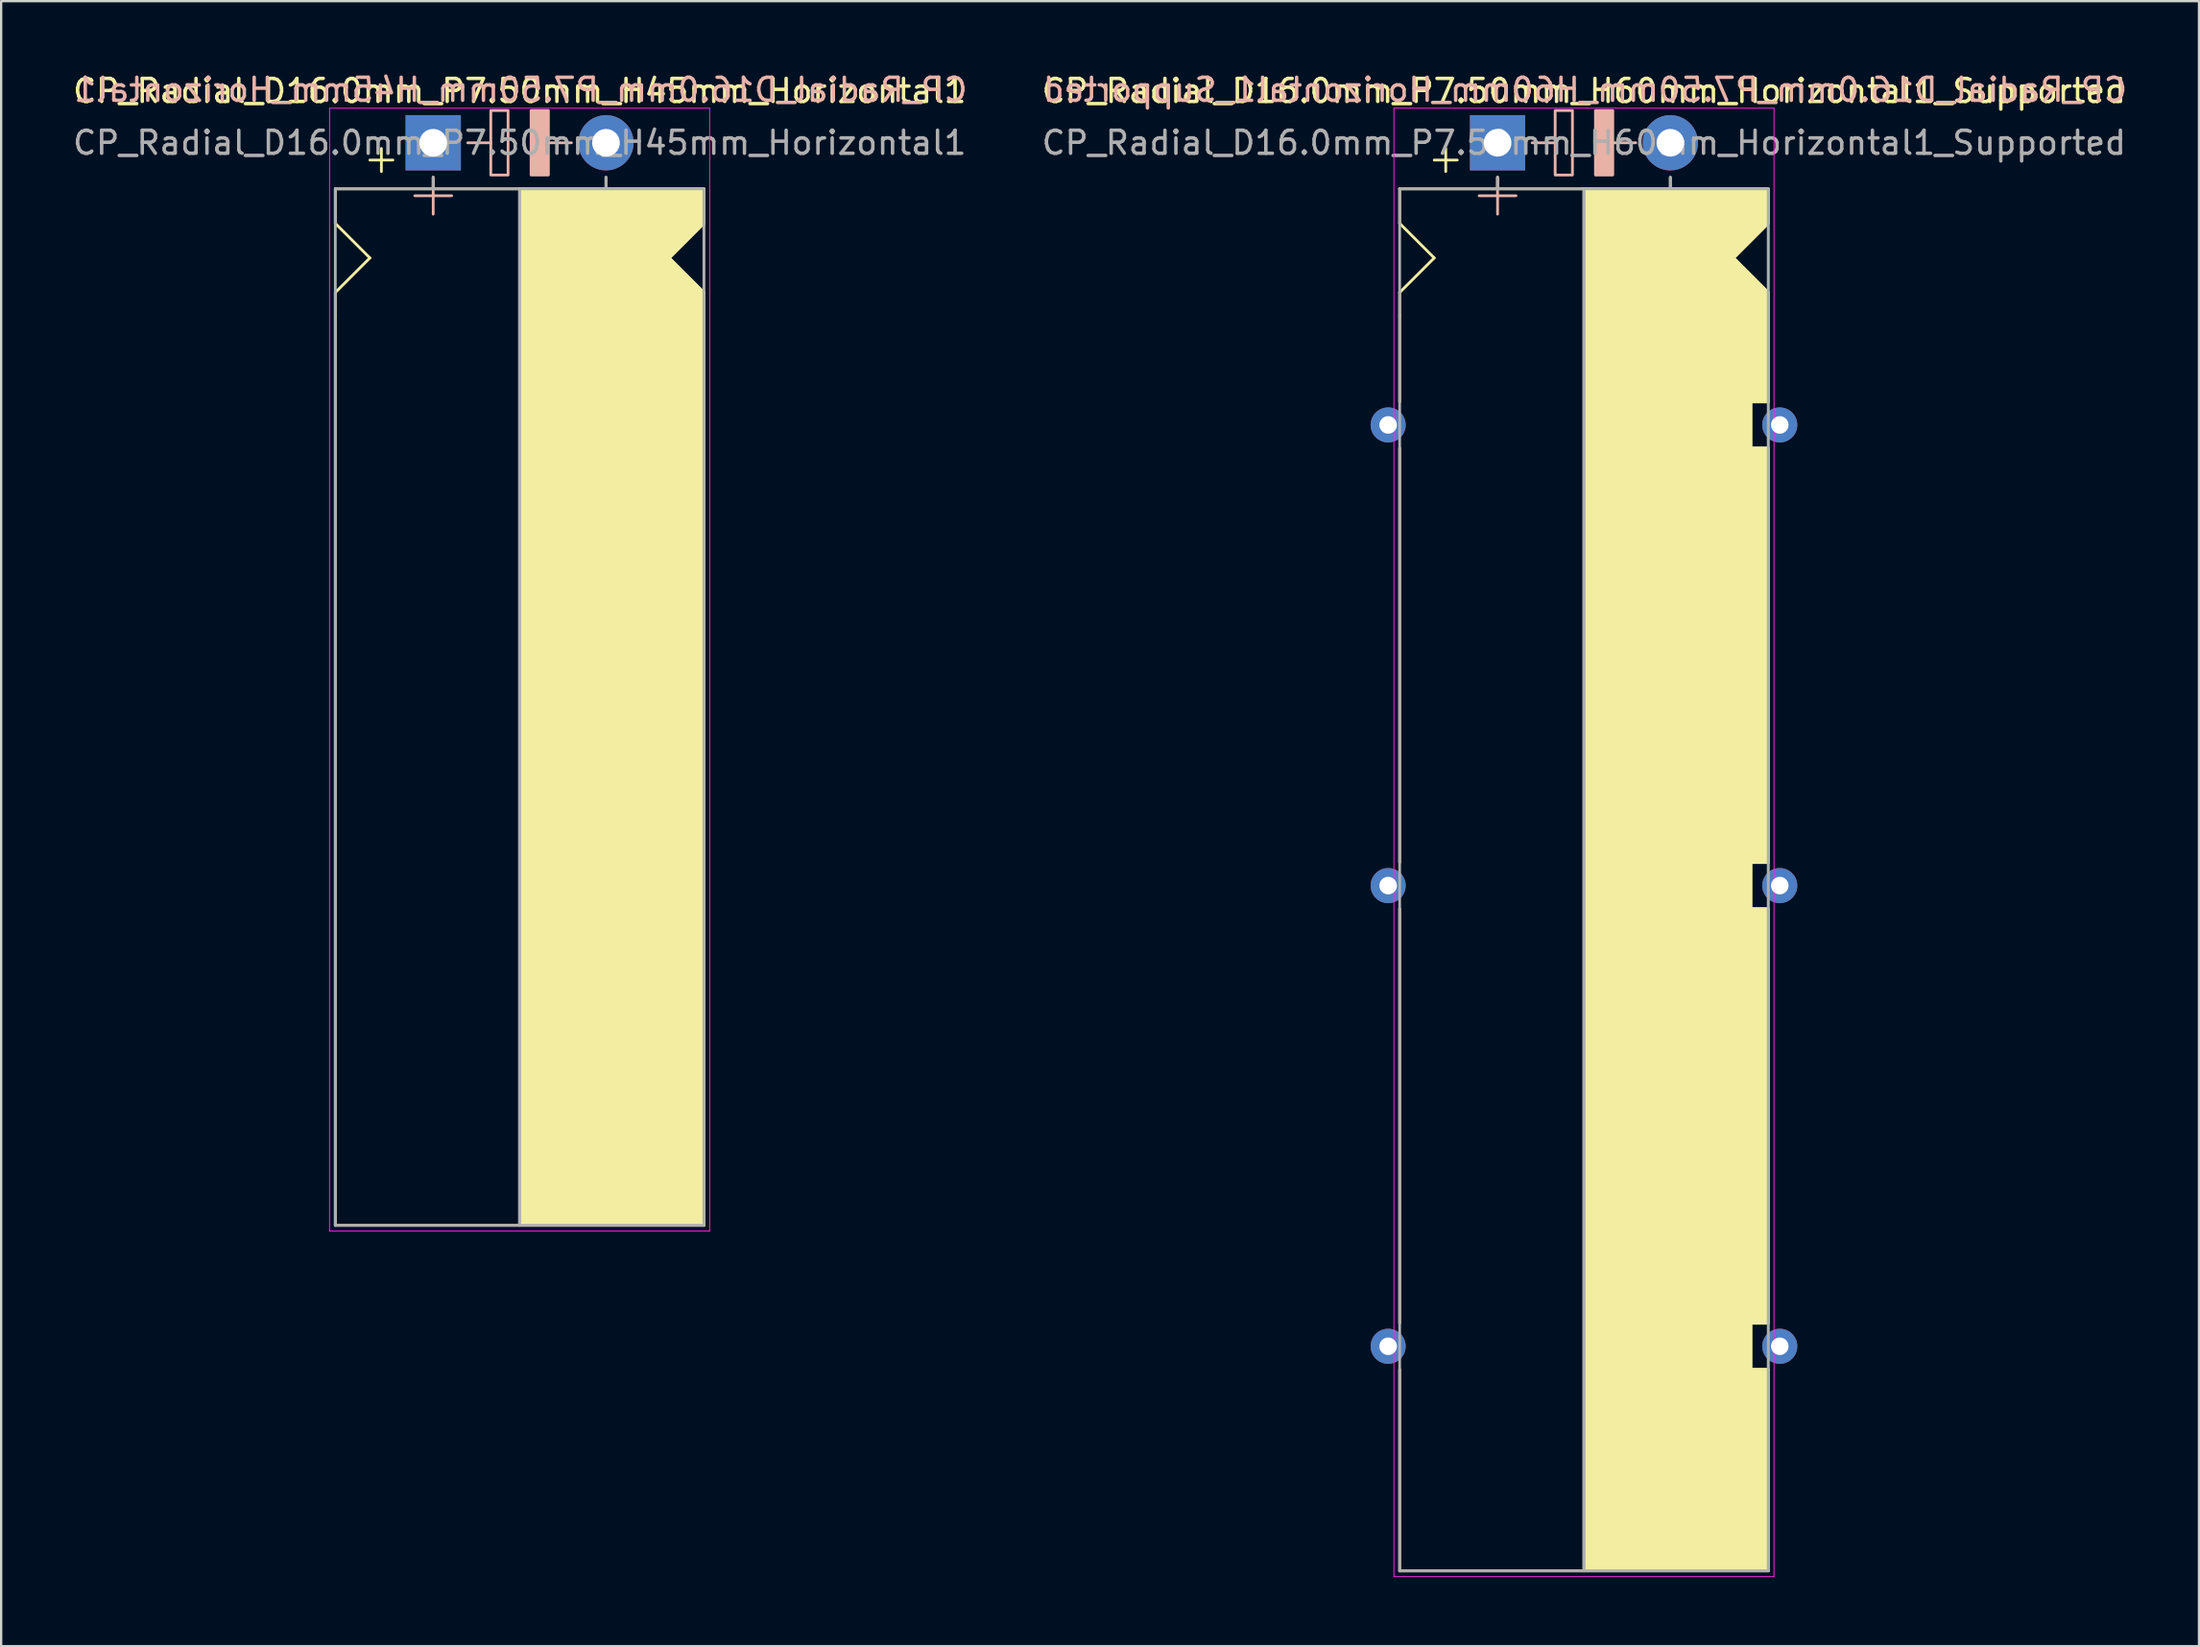
<source format=kicad_pcb>
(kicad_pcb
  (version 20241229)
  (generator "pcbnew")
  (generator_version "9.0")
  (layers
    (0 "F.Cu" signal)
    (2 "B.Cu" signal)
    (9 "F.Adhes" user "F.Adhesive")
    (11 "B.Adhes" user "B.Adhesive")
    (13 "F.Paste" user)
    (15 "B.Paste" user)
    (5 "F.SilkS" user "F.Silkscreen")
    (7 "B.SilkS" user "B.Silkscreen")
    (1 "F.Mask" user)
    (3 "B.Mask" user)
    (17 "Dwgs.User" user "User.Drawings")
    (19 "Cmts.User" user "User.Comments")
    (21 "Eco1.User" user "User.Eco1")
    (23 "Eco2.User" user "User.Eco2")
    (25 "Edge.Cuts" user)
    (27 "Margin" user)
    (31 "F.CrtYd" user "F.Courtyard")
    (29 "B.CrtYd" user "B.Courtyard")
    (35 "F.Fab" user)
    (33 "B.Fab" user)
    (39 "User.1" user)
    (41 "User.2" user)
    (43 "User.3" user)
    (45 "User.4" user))
  (footprint "CP_Radial_D16.0mm_P7.50mm_H60mm_Horizontal1_Supported"
    (layer "F.Cu")
    (at 61.961 3.148)
    (property "Reference" "CP_Radial_D16.0mm_P7.50mm_H60mm_Horizontal1_Supported" (at 3.75 -2.25 0) (layer "F.SilkS") (effects (font (size 1 1) (thickness 0.15))))
    (fp_line (start -4.25 2) (end -4.25 3.5) (stroke (width 0.12) (type solid)) (layer "F.SilkS"))
    (fp_line (start -4.25 3.5) (end -2.75 5) (stroke (width 0.12) (type solid)) (layer "F.SilkS"))
    (fp_line (start -4.25 6.5) (end -4.25 7.5) (stroke (width 0.12) (type solid)) (layer "F.SilkS"))
    (fp_line (start -4.25 7.5) (end -4.25 11.25) (stroke (width 0.12) (type solid)) (layer "F.SilkS"))
    (fp_line (start -4.25 31.25) (end -4.25 13.25) (stroke (width 0.12) (type solid)) (layer "F.SilkS"))
    (fp_line (start -4.25 33.25) (end -4.25 51.25) (stroke (width 0.12) (type solid)) (layer "F.SilkS"))
    (fp_line (start -4.25 53.25) (end -4.25 62) (stroke (width 0.12) (type solid)) (layer "F.SilkS"))
    (fp_line (start -2.75 5) (end -4.25 6.5) (stroke (width 0.12) (type solid)) (layer "F.SilkS"))
    (fp_line (start -2.25 0.25) (end -2.25 1.25) (stroke (width 0.12) (type solid)) (layer "F.SilkS"))
    (fp_line (start -1.75 0.75) (end -2.75 0.75) (stroke (width 0.12) (type solid)) (layer "F.SilkS"))
    (fp_line (start 0 1.5) (end 0 2) (stroke (width 0.12) (type solid)) (layer "F.SilkS"))
    (fp_line (start 3.75 2) (end -4.25 2) (stroke (width 0.12) (type solid)) (layer "F.SilkS"))
    (fp_line (start 3.75 2) (end 3.75 62) (stroke (width 0.12) (type solid)) (layer "F.SilkS"))
    (fp_line (start 3.75 2) (end 11.75 2) (stroke (width 0.12) (type solid)) (layer "F.SilkS"))
    (fp_line (start 7.5 1.5) (end 7.5 2) (stroke (width 0.12) (type solid)) (layer "F.SilkS"))
    (fp_line (start 10.25 5) (end 11.75 6.5) (stroke (width 0.12) (type solid)) (layer "F.SilkS"))
    (fp_line (start 11 11.25) (end 11.75 11.25) (stroke (width 0.12) (type solid)) (layer "F.SilkS"))
    (fp_line (start 11 13.25) (end 11 11.25) (stroke (width 0.12) (type solid)) (layer "F.SilkS"))
    (fp_line (start 11 31.25) (end 11.75 31.25) (stroke (width 0.12) (type solid)) (layer "F.SilkS"))
    (fp_line (start 11 33.25) (end 11 31.25) (stroke (width 0.12) (type solid)) (layer "F.SilkS"))
    (fp_line (start 11 51.25) (end 11.75 51.25) (stroke (width 0.12) (type solid)) (layer "F.SilkS"))
    (fp_line (start 11 53.25) (end 11 51.25) (stroke (width 0.12) (type solid)) (layer "F.SilkS"))
    (fp_line (start 11.75 2) (end 11.75 3.5) (stroke (width 0.12) (type solid)) (layer "F.SilkS"))
    (fp_line (start 11.75 3.5) (end 10.25 5) (stroke (width 0.12) (type solid)) (layer "F.SilkS"))
    (fp_line (start 11.75 11.25) (end 11.75 6.5) (stroke (width 0.12) (type solid)) (layer "F.SilkS"))
    (fp_line (start 11.75 13.25) (end 11 13.25) (stroke (width 0.12) (type solid)) (layer "F.SilkS"))
    (fp_line (start 11.75 13.25) (end 11.75 31.25) (stroke (width 0.12) (type solid)) (layer "F.SilkS"))
    (fp_line (start 11.75 33.25) (end 11 33.25) (stroke (width 0.12) (type solid)) (layer "F.SilkS"))
    (fp_line (start 11.75 33.25) (end 11.75 51.25) (stroke (width 0.12) (type solid)) (layer "F.SilkS"))
    (fp_line (start 11.75 53.25) (end 11 53.25) (stroke (width 0.12) (type solid)) (layer "F.SilkS"))
    (fp_line (start 11.75 62) (end -4.25 62) (stroke (width 0.12) (type solid)) (layer "F.SilkS"))
    (fp_line (start 11.75 62) (end 11.75 53.25) (stroke (width 0.12) (type solid)) (layer "F.SilkS"))
    (fp_poly (pts (xy 11.75 3.5) (xy 10.25 5) (xy 11.75 6.5) (xy 11.75 11.25) (xy 11 11.25) (xy 11 13.25) (xy 11.75 13.25) (xy 11.75 31.25) (xy 11 31.25) (xy 11 33.25) (xy 11.75 33.25) (xy 11.75 51.25) (xy 11 51.25) (xy 11 53.25) (xy 11.75 53.25) (xy 11.75 62) (xy 3.75 62) (xy 3.75 2) (xy 11.75 2)) (stroke (width 0.1) (type solid)) (fill yes) (layer "F.SilkS"))
    (fp_line (start 0 1.5) (end 0 3.1) (stroke (width 0.12) (type solid)) (layer "B.SilkS"))
    (fp_line (start 0.8 2.3) (end -0.8 2.3) (stroke (width 0.12) (type solid)) (layer "B.SilkS"))
    (fp_line (start 2.5 0) (end 1.5 0) (stroke (width 0.12) (type solid)) (layer "B.SilkS"))
    (fp_line (start 6 0) (end 5 0) (stroke (width 0.12) (type solid)) (layer "B.SilkS"))
    (fp_rect (start 2.5 -1.4) (end 3.25 1.4) (stroke (width 0.12) (type solid)) (fill no) (layer "B.SilkS"))
    (fp_rect (start 4.25 -1.4) (end 5 1.4) (stroke (width 0.12) (type solid)) (fill yes) (layer "B.SilkS"))
    (fp_line (start -4.5 -1.5) (end 12 -1.5) (stroke (width 0.04) (type solid)) (layer "F.CrtYd"))
    (fp_line (start -4.5 62.25) (end -4.5 -1.5) (stroke (width 0.04) (type solid)) (layer "F.CrtYd"))
    (fp_line (start 12 -1.5) (end 12 62.25) (stroke (width 0.04) (type solid)) (layer "F.CrtYd"))
    (fp_line (start 12 62.25) (end -4.5 62.25) (stroke (width 0.04) (type solid)) (layer "F.CrtYd"))
    (fp_line (start -4.25 2) (end -4.25 62) (stroke (width 0.12) (type solid)) (layer "F.Fab"))
    (fp_line (start -4.25 62) (end 11.75 62) (stroke (width 0.12) (type solid)) (layer "F.Fab"))
    (fp_line (start 0 1.5) (end 0 2) (stroke (width 0.12) (type solid)) (layer "F.Fab"))
    (fp_line (start 0 2) (end -4.25 2) (stroke (width 0.12) (type solid)) (layer "F.Fab"))
    (fp_line (start 3.75 2) (end 3.75 62) (stroke (width 0.12) (type solid)) (layer "F.Fab"))
    (fp_line (start 7.5 1.5) (end 7.5 2) (stroke (width 0.12) (type solid)) (layer "F.Fab"))
    (fp_line (start 11.75 2) (end 0 2) (stroke (width 0.12) (type solid)) (layer "F.Fab"))
    (fp_line (start 11.75 62) (end 11.75 2) (stroke (width 0.12) (type solid)) (layer "F.Fab"))
    (fp_poly (pts (xy 11.75 62) (xy 3.75 62) (xy 3.75 2) (xy 11.75 2)) (stroke (width 0.1) (type solid)) (fill no) (layer "F.Fab"))
    (fp_text user "${REFERENCE}" (at 3.8 -2.3 0) (layer "B.SilkS") (effects (font (size 1 1) (thickness 0.15)) (justify mirror)))
    (fp_text user "${REFERENCE}" (at 3.75 0 0) (layer "F.Fab") (effects (font (size 1 1) (thickness 0.15))))
    (pad "1" thru_hole rect (at 0 0) (size 2.4 2.4) (drill 1.2) (layers "*.Cu" "*.Mask"))
    (pad "2" thru_hole circle (at 7.5 0) (size 2.4 2.4) (drill 1.2) (layers "*.Cu" "*.Mask"))
    (pad "~" thru_hole circle (at -4.75 12.25) (size 1.524 1.524) (drill 0.762) (layers "*.Cu" "*.Mask"))
    (pad "~" thru_hole circle (at -4.75 32.25) (size 1.524 1.524) (drill 0.762) (layers "*.Cu" "*.Mask"))
    (pad "~" thru_hole circle (at -4.75 52.25) (size 1.524 1.524) (drill 0.762) (layers "*.Cu" "*.Mask"))
    (pad "~" thru_hole circle (at 12.25 12.25) (size 1.524 1.524) (drill 0.762) (layers "*.Cu" "*.Mask"))
    (pad "~" thru_hole circle (at 12.25 32.25) (size 1.524 1.524) (drill 0.762) (layers "*.Cu" "*.Mask"))
    (pad "~" thru_hole circle (at 12.25 52.25) (size 1.524 1.524) (drill 0.762) (layers "*.Cu" "*.Mask")))
  (footprint "CP_Radial_D16.0mm_P7.50mm_H45mm_Horizontal1"
    (layer "F.Cu")
    (at 15.756 3.148)
    (property "Reference" "CP_Radial_D16.0mm_P7.50mm_H45mm_Horizontal1" (at 3.75 -2.25 0) (layer "F.SilkS") (effects (font (size 1 1) (thickness 0.15))))
    (fp_line (start -4.25 2) (end -4.25 3.5) (stroke (width 0.12) (type solid)) (layer "F.SilkS"))
    (fp_line (start -4.25 3.5) (end -2.75 5) (stroke (width 0.12) (type solid)) (layer "F.SilkS"))
    (fp_line (start -4.25 6.5) (end -4.25 7.5) (stroke (width 0.12) (type solid)) (layer "F.SilkS"))
    (fp_line (start -4.25 7.5) (end -4.25 47) (stroke (width 0.12) (type solid)) (layer "F.SilkS"))
    (fp_line (start -2.75 5) (end -4.25 6.5) (stroke (width 0.12) (type solid)) (layer "F.SilkS"))
    (fp_line (start -2.25 0.25) (end -2.25 1.25) (stroke (width 0.12) (type solid)) (layer "F.SilkS"))
    (fp_line (start -1.75 0.75) (end -2.75 0.75) (stroke (width 0.12) (type solid)) (layer "F.SilkS"))
    (fp_line (start 0 1.5) (end 0 2) (stroke (width 0.12) (type solid)) (layer "F.SilkS"))
    (fp_line (start 3.75 2) (end -4.25 2) (stroke (width 0.12) (type solid)) (layer "F.SilkS"))
    (fp_line (start 3.75 2) (end 3.75 47) (stroke (width 0.12) (type solid)) (layer "F.SilkS"))
    (fp_line (start 3.75 2) (end 11.75 2) (stroke (width 0.12) (type solid)) (layer "F.SilkS"))
    (fp_line (start 7.5 1.5) (end 7.5 2) (stroke (width 0.12) (type solid)) (layer "F.SilkS"))
    (fp_line (start 10.25 5) (end 11.75 6.5) (stroke (width 0.12) (type solid)) (layer "F.SilkS"))
    (fp_line (start 11.75 2) (end 11.75 3.5) (stroke (width 0.12) (type solid)) (layer "F.SilkS"))
    (fp_line (start 11.75 3.5) (end 10.25 5) (stroke (width 0.12) (type solid)) (layer "F.SilkS"))
    (fp_line (start 11.75 47) (end -4.25 47) (stroke (width 0.12) (type solid)) (layer "F.SilkS"))
    (fp_line (start 11.75 47) (end 11.75 6.5) (stroke (width 0.12) (type solid)) (layer "F.SilkS"))
    (fp_poly (pts (xy 11.75 3.5) (xy 10.25 5) (xy 11.75 6.5) (xy 11.75 47) (xy 3.75 47) (xy 3.75 2) (xy 11.75 2)) (stroke (width 0.1) (type solid)) (fill yes) (layer "F.SilkS"))
    (fp_line (start 0 1.5) (end 0 3.1) (stroke (width 0.12) (type solid)) (layer "B.SilkS"))
    (fp_line (start 0.8 2.3) (end -0.8 2.3) (stroke (width 0.12) (type solid)) (layer "B.SilkS"))
    (fp_line (start 2.5 0) (end 1.5 0) (stroke (width 0.12) (type solid)) (layer "B.SilkS"))
    (fp_line (start 6 0) (end 5 0) (stroke (width 0.12) (type solid)) (layer "B.SilkS"))
    (fp_rect (start 2.5 -1.4) (end 3.25 1.4) (stroke (width 0.12) (type solid)) (fill no) (layer "B.SilkS"))
    (fp_rect (start 4.25 -1.4) (end 5 1.4) (stroke (width 0.12) (type solid)) (fill yes) (layer "B.SilkS"))
    (fp_line (start -4.5 -1.5) (end 12 -1.5) (stroke (width 0.04) (type solid)) (layer "F.CrtYd"))
    (fp_line (start -4.5 47.25) (end -4.5 -1.5) (stroke (width 0.04) (type solid)) (layer "F.CrtYd"))
    (fp_line (start 12 -1.5) (end 12 47.25) (stroke (width 0.04) (type solid)) (layer "F.CrtYd"))
    (fp_line (start 12 47.25) (end -4.5 47.25) (stroke (width 0.04) (type solid)) (layer "F.CrtYd"))
    (fp_line (start -4.25 2) (end -4.25 47) (stroke (width 0.12) (type solid)) (layer "F.Fab"))
    (fp_line (start -4.25 47) (end 11.75 47) (stroke (width 0.12) (type solid)) (layer "F.Fab"))
    (fp_line (start 0 1.5) (end 0 2) (stroke (width 0.12) (type solid)) (layer "F.Fab"))
    (fp_line (start 0 2) (end -4.25 2) (stroke (width 0.12) (type solid)) (layer "F.Fab"))
    (fp_line (start 3.75 2) (end 3.75 47) (stroke (width 0.12) (type solid)) (layer "F.Fab"))
    (fp_line (start 7.5 1.5) (end 7.5 2) (stroke (width 0.12) (type solid)) (layer "F.Fab"))
    (fp_line (start 11.75 2) (end 0 2) (stroke (width 0.12) (type solid)) (layer "F.Fab"))
    (fp_line (start 11.75 47) (end 11.75 2) (stroke (width 0.12) (type solid)) (layer "F.Fab"))
    (fp_poly (pts (xy 11.75 47) (xy 3.75 47) (xy 3.75 2) (xy 11.75 2)) (stroke (width 0.1) (type solid)) (fill no) (layer "F.Fab"))
    (fp_text user "${REFERENCE}" (at 3.8 -2.3 0) (layer "B.SilkS") (effects (font (size 1 1) (thickness 0.15)) (justify mirror)))
    (fp_text user "${REFERENCE}" (at 3.75 0 0) (layer "F.Fab") (effects (font (size 1 1) (thickness 0.15))))
    (pad "1" thru_hole rect (at 0 0) (size 2.4 2.4) (drill 1.2) (layers "*.Cu" "*.Mask"))
    (pad "2" thru_hole circle (at 7.5 0) (size 2.4 2.4) (drill 1.2) (layers "*.Cu" "*.Mask")))
  (gr_rect
    (start -3 -3)
    (end 92.41 68.418)
    (stroke (width 0.1) (type default))
    (fill no)
    (layer "Edge.Cuts")))
</source>
